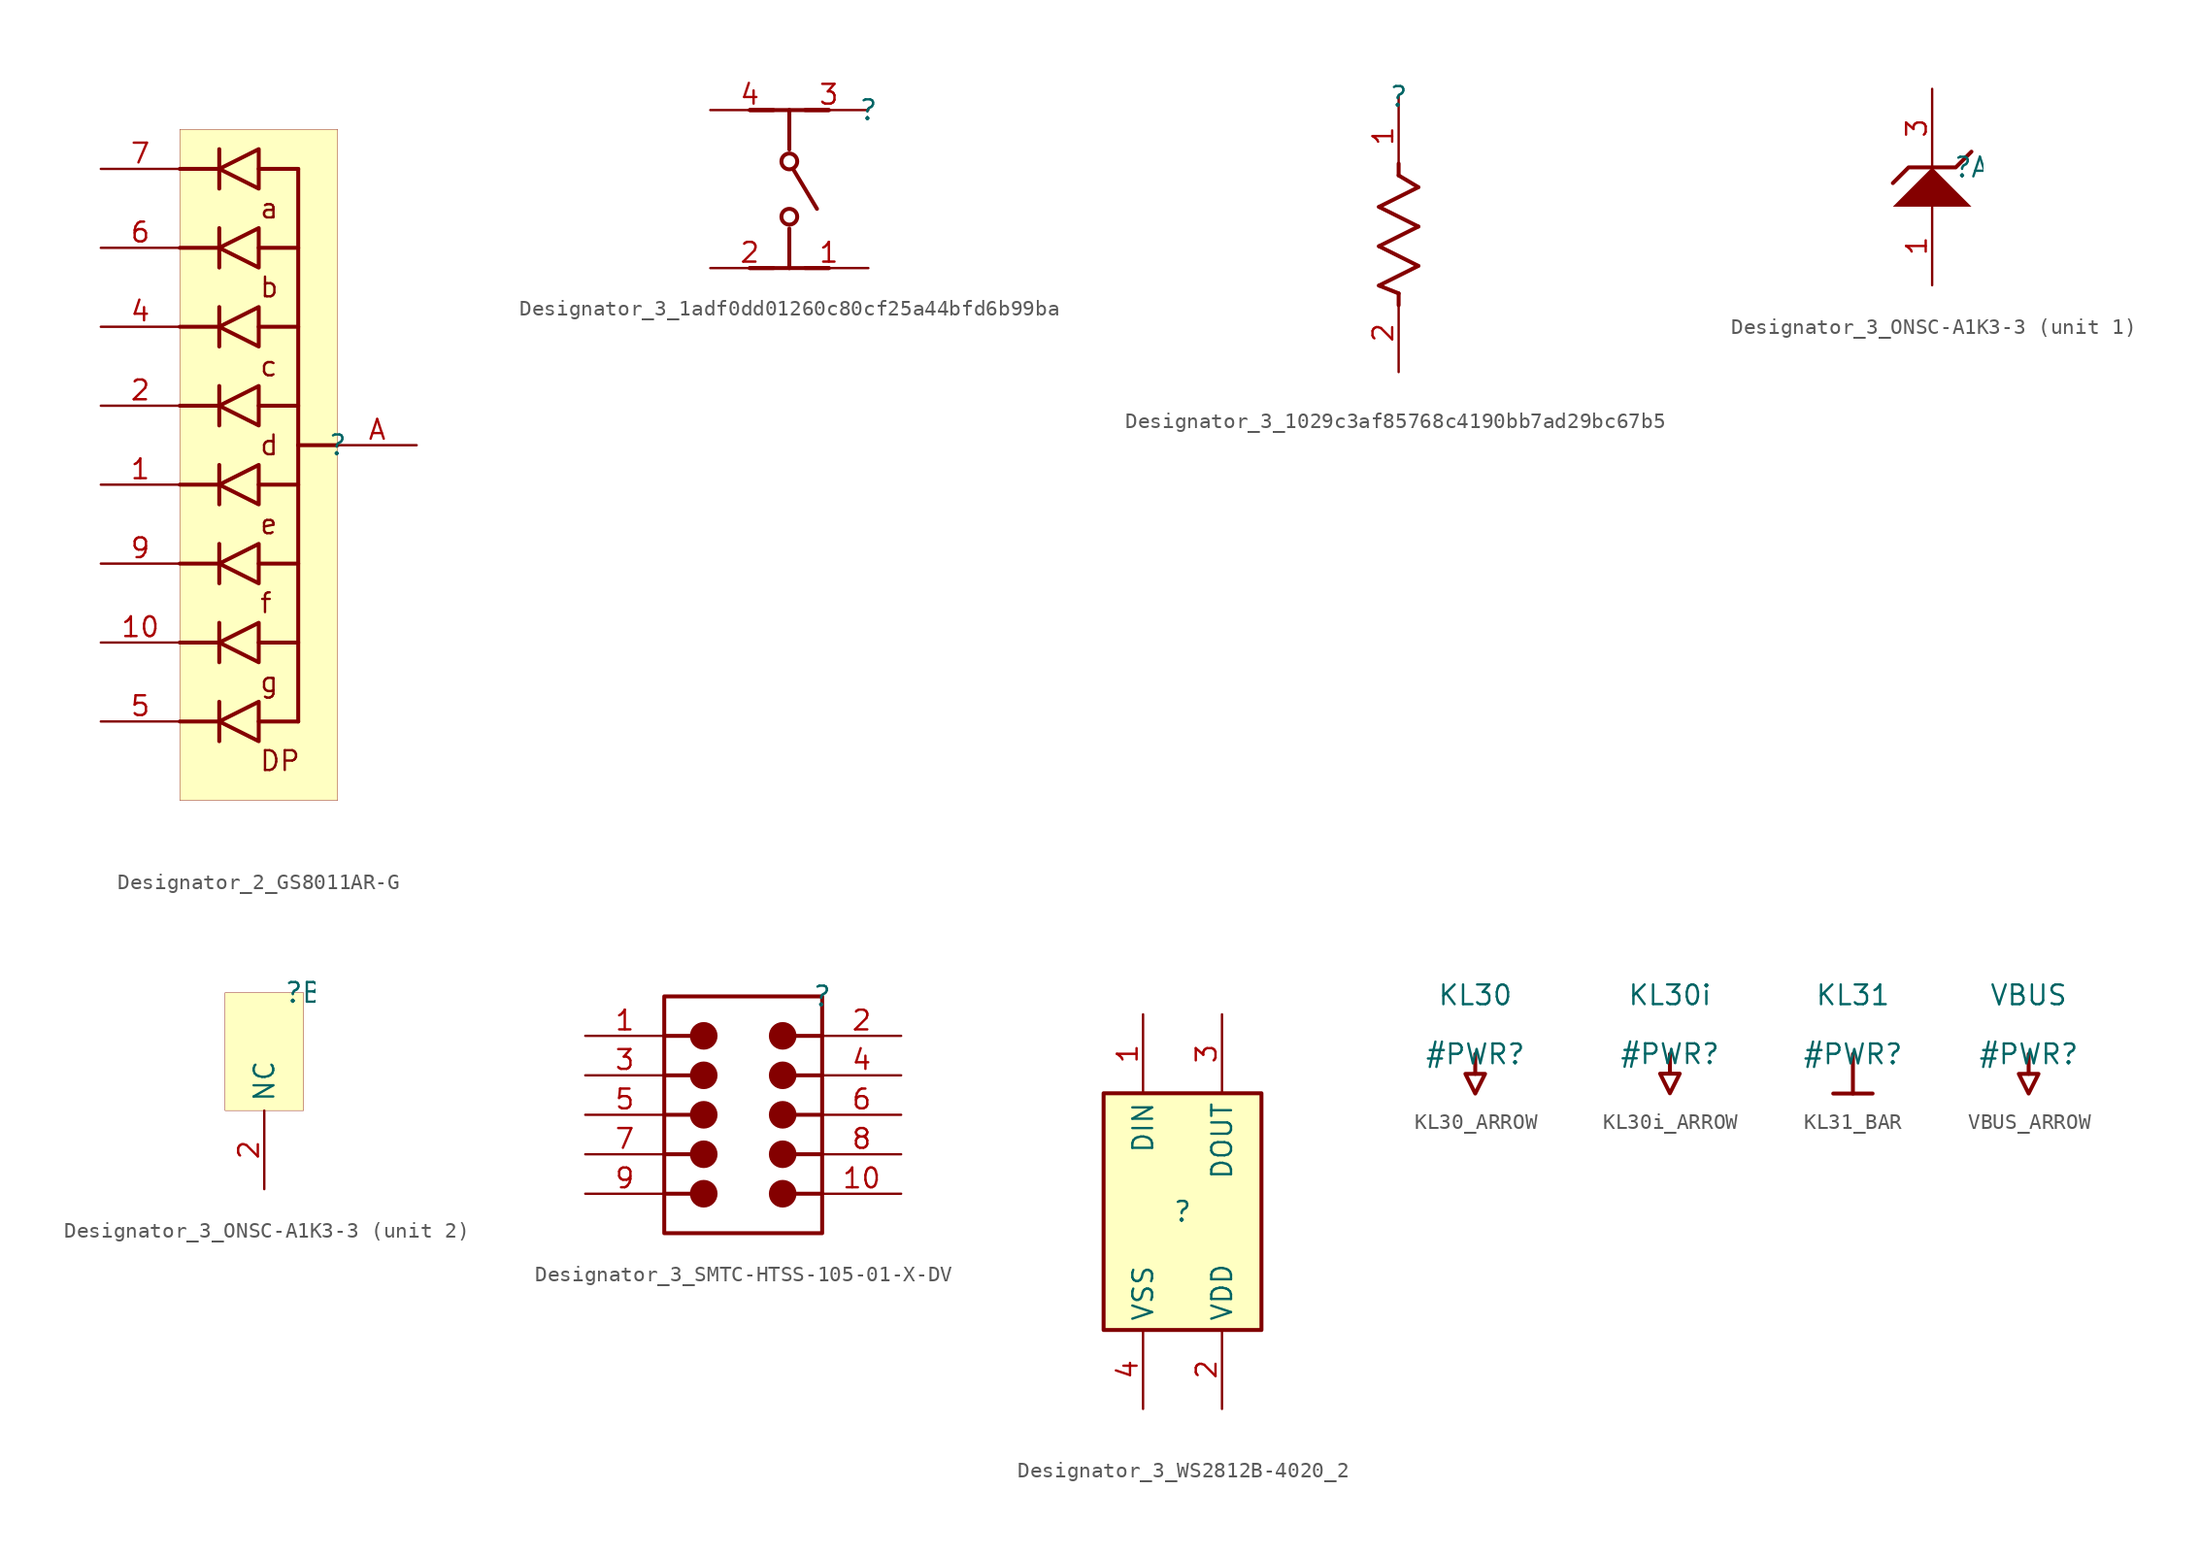
<source format=kicad_sym>
(kicad_symbol_lib
  (version 20231120)
  (generator "kicad_symbol_editor")
  (generator_version "8.0")
  (symbol "Designator_2_GS8011AR-G"
    (property "Reference" ""
      (at 0 0 0)
      (effects (font (size 1.27 1.27))))
    (property "Value" ""
      (at 0 0 0)
      (effects (font (size 1.27 1.27))))
    (symbol "Designator_2_GS8011AR-G_1_0"
      (polyline (pts (xy -7.62 -19.05) (xy -7.62 -16.51)) (stroke (width 0.254) (type solid)) (fill (type none)))
      (polyline (pts (xy -7.62 -17.78) (xy -10.16 -17.78)) (stroke (width 0.254) (type solid)) (fill (type none)))
      (polyline (pts (xy -7.62 -13.97) (xy -7.62 -11.43)) (stroke (width 0.254) (type solid)) (fill (type none)))
      (polyline (pts (xy -7.62 -12.7) (xy -10.16 -12.7)) (stroke (width 0.254) (type solid)) (fill (type none)))
      (polyline (pts (xy -7.62 -8.89) (xy -7.62 -6.35)) (stroke (width 0.254) (type solid)) (fill (type none)))
      (polyline (pts (xy -7.62 -7.62) (xy -10.16 -7.62)) (stroke (width 0.254) (type solid)) (fill (type none)))
      (polyline (pts (xy -7.62 -3.81) (xy -7.62 -1.27)) (stroke (width 0.254) (type solid)) (fill (type none)))
      (polyline (pts (xy -7.62 -2.54) (xy -10.16 -2.54)) (stroke (width 0.254) (type solid)) (fill (type none)))
      (polyline (pts (xy -7.62 1.27) (xy -7.62 3.81)) (stroke (width 0.254) (type solid)) (fill (type none)))
      (polyline (pts (xy -7.62 2.54) (xy -10.16 2.54)) (stroke (width 0.254) (type solid)) (fill (type none)))
      (polyline (pts (xy -7.62 6.35) (xy -7.62 8.89)) (stroke (width 0.254) (type solid)) (fill (type none)))
      (polyline (pts (xy -7.62 7.62) (xy -10.16 7.62)) (stroke (width 0.254) (type solid)) (fill (type none)))
      (polyline (pts (xy -7.62 11.43) (xy -7.62 13.97)) (stroke (width 0.254) (type solid)) (fill (type none)))
      (polyline (pts (xy -7.62 12.7) (xy -10.16 12.7)) (stroke (width 0.254) (type solid)) (fill (type none)))
      (polyline (pts (xy -7.62 16.51) (xy -7.62 19.05)) (stroke (width 0.254) (type solid)) (fill (type none)))
      (polyline (pts (xy -7.62 17.78) (xy -10.16 17.78)) (stroke (width 0.254) (type solid)) (fill (type none)))
      (polyline (pts (xy -2.54 -17.78) (xy -5.08 -17.78)) (stroke (width 0.254) (type solid)) (fill (type none)))
      (polyline (pts (xy -2.54 -17.78) (xy -2.54 0)) (stroke (width 0.254) (type solid)) (fill (type none)))
      (polyline (pts (xy -2.54 -12.7) (xy -5.08 -12.7)) (stroke (width 0.254) (type solid)) (fill (type none)))
      (polyline (pts (xy -2.54 -7.62) (xy -5.08 -7.62)) (stroke (width 0.254) (type solid)) (fill (type none)))
      (polyline (pts (xy -2.54 -2.54) (xy -5.08 -2.54)) (stroke (width 0.254) (type solid)) (fill (type none)))
      (polyline (pts (xy -2.54 0) (xy -2.54 17.78)) (stroke (width 0.254) (type solid)) (fill (type none)))
      (polyline (pts (xy -2.54 2.54) (xy -5.08 2.54)) (stroke (width 0.254) (type solid)) (fill (type none)))
      (polyline (pts (xy -2.54 7.62) (xy -5.08 7.62)) (stroke (width 0.254) (type solid)) (fill (type none)))
      (polyline (pts (xy -2.54 12.7) (xy -5.08 12.7)) (stroke (width 0.254) (type solid)) (fill (type none)))
      (polyline (pts (xy -2.54 17.78) (xy -5.08 17.78)) (stroke (width 0.254) (type solid)) (fill (type none)))
      (polyline (pts (xy 0 0) (xy -2.54 0)) (stroke (width 0.254) (type solid)) (fill (type none)))
      (polyline (pts (xy -5.08 -19.05) (xy -5.08 -16.51) (xy -7.62 -17.78) (xy -5.08 -19.05)) (stroke (width 0.254) (type solid)) (fill (type none)))
      (polyline (pts (xy -5.08 -13.97) (xy -5.08 -11.43) (xy -7.62 -12.7) (xy -5.08 -13.97)) (stroke (width 0.254) (type solid)) (fill (type none)))
      (polyline (pts (xy -5.08 -8.89) (xy -5.08 -6.35) (xy -7.62 -7.62) (xy -5.08 -8.89)) (stroke (width 0.254) (type solid)) (fill (type none)))
      (polyline (pts (xy -5.08 -3.81) (xy -5.08 -1.27) (xy -7.62 -2.54) (xy -5.08 -3.81)) (stroke (width 0.254) (type solid)) (fill (type none)))
      (polyline (pts (xy -5.08 1.27) (xy -5.08 3.81) (xy -7.62 2.54) (xy -5.08 1.27)) (stroke (width 0.254) (type solid)) (fill (type none)))
      (polyline (pts (xy -5.08 6.35) (xy -5.08 8.89) (xy -7.62 7.62) (xy -5.08 6.35)) (stroke (width 0.254) (type solid)) (fill (type none)))
      (polyline (pts (xy -5.08 11.43) (xy -5.08 13.97) (xy -7.62 12.7) (xy -5.08 11.43)) (stroke (width 0.254) (type solid)) (fill (type none)))
      (polyline (pts (xy -5.08 16.51) (xy -5.08 19.05) (xy -7.62 17.78) (xy -5.08 16.51)) (stroke (width 0.254) (type solid)) (fill (type none)))
      (rectangle (start 0 20.32) (end -10.16 -22.86) (stroke (width 0.025) (type solid) (color 128 0 0 1)) (fill (type background)))
      (text "a" (at -5.08 15.24 0) (effects (font (size 1.27 1.27)) (justify left)))
      (text "b" (at -5.08 10.16 0) (effects (font (size 1.27 1.27)) (justify left)))
      (text "c" (at -5.08 5.08 0) (effects (font (size 1.27 1.27)) (justify left)))
      (text "d" (at -5.08 0 0) (effects (font (size 1.27 1.27)) (justify left)))
      (text "DP" (at -5.08 -20.32 0) (effects (font (size 1.27 1.27)) (justify left)))
      (text "e" (at -5.08 -5.08 0) (effects (font (size 1.27 1.27)) (justify left)))
      (text "f" (at -5.08 -10.16 0) (effects (font (size 1.27 1.27)) (justify left)))
      (text "g" (at -5.08 -15.24 0) (effects (font (size 1.27 1.27)) (justify left)))
      (pin passive line (at -15.24 -2.54 0) (length 5.08) (name "1" (effects (font (size 0 0)))) (number "1" (effects (font (size 1.27 1.27)))))
      (pin passive line (at -15.24 -12.7 0) (length 5.08) (name "10" (effects (font (size 0 0)))) (number "10" (effects (font (size 1.27 1.27)))))
      (pin passive line (at -15.24 2.54 0) (length 5.08) (name "2" (effects (font (size 0 0)))) (number "2" (effects (font (size 1.27 1.27)))))
      (pin passive line (at -15.24 7.62 0) (length 5.08) (name "4" (effects (font (size 0 0)))) (number "4" (effects (font (size 1.27 1.27)))))
      (pin passive line (at -15.24 -17.78 0) (length 5.08) (name "5" (effects (font (size 0 0)))) (number "5" (effects (font (size 1.27 1.27)))))
      (pin passive line (at -15.24 12.7 0) (length 5.08) (name "6" (effects (font (size 0 0)))) (number "6" (effects (font (size 1.27 1.27)))))
      (pin passive line (at -15.24 17.78 0) (length 5.08) (name "7" (effects (font (size 0 0)))) (number "7" (effects (font (size 1.27 1.27)))))
      (pin passive line (at -15.24 -7.62 0) (length 5.08) (name "9" (effects (font (size 0 0)))) (number "9" (effects (font (size 1.27 1.27)))))
      (pin passive line (at 5.08 0 180) (length 5.08) (name "A" (effects (font (size 0 0)))) (number "A" (effects (font (size 1.27 1.27)))))))
  (symbol "Designator_3_1adf0dd01260c80cf25a44bfd6b99ba"
    (property "Reference" ""
      (at 0 0 0)
      (effects (font (size 1.27 1.27))))
    (property "Value" ""
      (at 0 0 0)
      (effects (font (size 1.27 1.27))))
    (symbol "Designator_3_1adf0dd01260c80cf25a44bfd6b99ba_1_0"
      (circle (center -5.08 -6.858) (radius 0.508) (stroke (width 0.254) (type solid)) (fill (type none)))
      (circle (center -5.08 -3.302) (radius 0.508) (stroke (width 0.254) (type solid)) (fill (type none)))
      (polyline (pts (xy -7.62 -10.16) (xy -6.096 -10.16)) (stroke (width 0.254) (type solid)) (fill (type none)))
      (polyline (pts (xy -7.62 -10.16) (xy -5.08 -10.16)) (stroke (width 0.254) (type solid)) (fill (type none)))
      (polyline (pts (xy -7.62 0) (xy -6.096 0)) (stroke (width 0.254) (type solid)) (fill (type none)))
      (polyline (pts (xy -7.62 0) (xy -5.08 0)) (stroke (width 0.254) (type solid)) (fill (type none)))
      (polyline (pts (xy -5.08 -10.16) (xy -5.08 -7.62)) (stroke (width 0.254) (type solid)) (fill (type none)))
      (polyline (pts (xy -5.08 0) (xy -5.08 -2.54)) (stroke (width 0.254) (type solid)) (fill (type none)))
      (polyline (pts (xy -4.826 -3.81) (xy -3.302 -6.35)) (stroke (width 0.254) (type solid)) (fill (type none)))
      (polyline (pts (xy -2.54 -10.16) (xy -5.08 -10.16)) (stroke (width 0.254) (type solid)) (fill (type none)))
      (polyline (pts (xy -2.54 -10.16) (xy -4.064 -10.16)) (stroke (width 0.254) (type solid)) (fill (type none)))
      (polyline (pts (xy -2.54 0) (xy -5.08 0)) (stroke (width 0.254) (type solid)) (fill (type none)))
      (polyline (pts (xy -2.54 0) (xy -4.064 0)) (stroke (width 0.254) (type solid)) (fill (type none)))
      (pin passive line (at 0 -10.16 180) (length 5.08) (name "1" (effects (font (size 0 0)))) (number "1" (effects (font (size 1.27 1.27)))))
      (pin passive line (at -10.16 -10.16 0) (length 5.08) (name "2" (effects (font (size 0 0)))) (number "2" (effects (font (size 1.27 1.27)))))
      (pin passive line (at 0 0 180) (length 5.08) (name "3" (effects (font (size 0 0)))) (number "3" (effects (font (size 1.27 1.27)))))
      (pin passive line (at -10.16 0 0) (length 5.08) (name "4" (effects (font (size 0 0)))) (number "4" (effects (font (size 1.27 1.27)))))))
  (symbol "Designator_3_1029c3af85768c4190bb7ad29bc67b5"
    (property "Reference" ""
      (at 0 0 0)
      (effects (font (size 1.27 1.27))))
    (property "Value" ""
      (at 0 0 0)
      (effects (font (size 1.27 1.27))))
    (symbol "Designator_3_1029c3af85768c4190bb7ad29bc67b5_1_0"
      (polyline (pts (xy -1.27 -12.192) (xy 0 -12.7)) (stroke (width 0.254) (type solid)) (fill (type none)))
      (polyline (pts (xy -1.27 -9.652) (xy 1.27 -10.922)) (stroke (width 0.254) (type solid)) (fill (type none)))
      (polyline (pts (xy -1.27 -7.112) (xy 1.27 -8.382)) (stroke (width 0.254) (type solid)) (fill (type none)))
      (polyline (pts (xy 0 -12.7) (xy 0 -13.462)) (stroke (width 0.254) (type solid)) (fill (type none)))
      (polyline (pts (xy 0 -5.08) (xy 0 -4.318)) (stroke (width 0.254) (type solid)) (fill (type none)))
      (polyline (pts (xy 0 -5.08) (xy 1.27 -5.842)) (stroke (width 0.254) (type solid)) (fill (type none)))
      (polyline (pts (xy 1.27 -10.922) (xy -1.27 -12.192)) (stroke (width 0.254) (type solid)) (fill (type none)))
      (polyline (pts (xy 1.27 -8.382) (xy -1.27 -9.652)) (stroke (width 0.254) (type solid)) (fill (type none)))
      (polyline (pts (xy 1.27 -5.842) (xy -1.27 -7.112)) (stroke (width 0.254) (type solid)) (fill (type none)))
      (pin passive line (at 0 0 270) (length 5.08) (name "1" (effects (font (size 0 0)))) (number "1" (effects (font (size 1.27 1.27)))))
      (pin passive line (at 0 -17.78 90) (length 5.08) (name "2" (effects (font (size 0 0)))) (number "2" (effects (font (size 1.27 1.27)))))))
  (symbol "Designator_3_ONSC-A1K3-3"
    (property "Reference" ""
      (at 0 0 0)
      (effects (font (size 1.27 1.27))))
    (property "Value" ""
      (at 0 0 0)
      (effects (font (size 1.27 1.27))))
    (symbol "Designator_3_ONSC-A1K3-3_1_0"
      (polyline (pts (xy 0 -2.54) (xy -2.54 0) (xy -5.08 -2.54) (xy 0 -2.54)) (stroke (width -0.0001) (type solid)) (fill (type outline)))
      (polyline (pts (xy 0 1.016) (xy -1.016 0) (xy -4.064 0) (xy -5.08 -1.016)) (stroke (width 0.254) (type solid)) (fill (type none)))
      (pin passive line (at -2.54 -7.62 90) (length 5.08) (name "A" (effects (font (size 0 0)))) (number "1" (effects (font (size 1.27 1.27)))))
      (pin passive line (at -2.54 5.08 270) (length 5.08) (name "K" (effects (font (size 0 0)))) (number "3" (effects (font (size 1.27 1.27))))))
    (symbol "Designator_3_ONSC-A1K3-3_2_0"
      (rectangle (start 0 0) (end -5.08 -7.62) (stroke (width 0.025) (type solid) (color 128 0 0 1)) (fill (type background)))
      (pin passive line (at -2.54 -12.7 90) (length 5.08) (name "NC" (effects (font (size 1.27 1.27)))) (number "2" (effects (font (size 1.27 1.27)))))))
  (symbol "Designator_3_SMTC-HTSS-105-01-X-DV"
    (property "Reference" ""
      (at 0 0 0)
      (effects (font (size 1.27 1.27))))
    (property "Value" ""
      (at 0 0 0)
      (effects (font (size 1.27 1.27))))
    (symbol "Designator_3_SMTC-HTSS-105-01-X-DV_1_0"
      (circle (center -7.62 -12.7) (radius 0.762) (stroke (width 0.254) (type solid)) (fill (type outline)))
      (circle (center -7.62 -10.16) (radius 0.762) (stroke (width 0.254) (type solid)) (fill (type outline)))
      (circle (center -7.62 -7.62) (radius 0.762) (stroke (width 0.254) (type solid)) (fill (type outline)))
      (circle (center -7.62 -5.08) (radius 0.762) (stroke (width 0.254) (type solid)) (fill (type outline)))
      (circle (center -7.62 -2.54) (radius 0.762) (stroke (width 0.254) (type solid)) (fill (type outline)))
      (circle (center -2.54 -12.7) (radius 0.762) (stroke (width 0.254) (type solid)) (fill (type outline)))
      (circle (center -2.54 -10.16) (radius 0.762) (stroke (width 0.254) (type solid)) (fill (type outline)))
      (circle (center -2.54 -7.62) (radius 0.762) (stroke (width 0.254) (type solid)) (fill (type outline)))
      (circle (center -2.54 -5.08) (radius 0.762) (stroke (width 0.254) (type solid)) (fill (type outline)))
      (circle (center -2.54 -2.54) (radius 0.762) (stroke (width 0.254) (type solid)) (fill (type outline)))
      (polyline (pts (xy -10.16 -12.7) (xy -8.382 -12.7)) (stroke (width 0.254) (type solid)) (fill (type none)))
      (polyline (pts (xy -10.16 -10.16) (xy -8.382 -10.16)) (stroke (width 0.254) (type solid)) (fill (type none)))
      (polyline (pts (xy -10.16 -7.62) (xy -8.382 -7.62)) (stroke (width 0.254) (type solid)) (fill (type none)))
      (polyline (pts (xy -10.16 -5.08) (xy -8.382 -5.08)) (stroke (width 0.254) (type solid)) (fill (type none)))
      (polyline (pts (xy -10.16 -2.54) (xy -8.382 -2.54)) (stroke (width 0.254) (type solid)) (fill (type none)))
      (polyline (pts (xy 0 -12.7) (xy -1.778 -12.7)) (stroke (width 0.254) (type solid)) (fill (type none)))
      (polyline (pts (xy 0 -10.16) (xy -1.778 -10.16)) (stroke (width 0.254) (type solid)) (fill (type none)))
      (polyline (pts (xy 0 -7.62) (xy -1.778 -7.62)) (stroke (width 0.254) (type solid)) (fill (type none)))
      (polyline (pts (xy 0 -5.08) (xy -1.778 -5.08)) (stroke (width 0.254) (type solid)) (fill (type none)))
      (polyline (pts (xy 0 -2.54) (xy -1.778 -2.54)) (stroke (width 0.254) (type solid)) (fill (type none)))
      (polyline (pts (xy -10.16 0) (xy 0 0) (xy 0 -15.24) (xy -10.16 -15.24) (xy -10.16 0)) (stroke (width 0.254) (type solid)) (fill (type none)))
      (pin passive line (at -15.24 -2.54 0) (length 5.08) (name "1" (effects (font (size 0 0)))) (number "1" (effects (font (size 1.27 1.27)))))
      (pin passive line (at 5.08 -12.7 180) (length 5.08) (name "10" (effects (font (size 0 0)))) (number "10" (effects (font (size 1.27 1.27)))))
      (pin passive line (at 5.08 -2.54 180) (length 5.08) (name "2" (effects (font (size 0 0)))) (number "2" (effects (font (size 1.27 1.27)))))
      (pin passive line (at -15.24 -5.08 0) (length 5.08) (name "3" (effects (font (size 0 0)))) (number "3" (effects (font (size 1.27 1.27)))))
      (pin passive line (at 5.08 -5.08 180) (length 5.08) (name "4" (effects (font (size 0 0)))) (number "4" (effects (font (size 1.27 1.27)))))
      (pin passive line (at -15.24 -7.62 0) (length 5.08) (name "5" (effects (font (size 0 0)))) (number "5" (effects (font (size 1.27 1.27)))))
      (pin passive line (at 5.08 -7.62 180) (length 5.08) (name "6" (effects (font (size 0 0)))) (number "6" (effects (font (size 1.27 1.27)))))
      (pin passive line (at -15.24 -10.16 0) (length 5.08) (name "7" (effects (font (size 0 0)))) (number "7" (effects (font (size 1.27 1.27)))))
      (pin passive line (at 5.08 -10.16 180) (length 5.08) (name "8" (effects (font (size 0 0)))) (number "8" (effects (font (size 1.27 1.27)))))
      (pin passive line (at -15.24 -12.7 0) (length 5.08) (name "9" (effects (font (size 0 0)))) (number "9" (effects (font (size 1.27 1.27)))))))
  (symbol "Designator_3_WS2812B-4020_2"
    (property "Reference" ""
      (at 0 0 0)
      (effects (font (size 1.27 1.27))))
    (property "Value" ""
      (at 0 0 0)
      (effects (font (size 1.27 1.27))))
    (symbol "Designator_3_WS2812B-4020_2_1_0"
      (rectangle (start 5.08 7.62) (end -5.08 -7.62) (stroke (width 0.254) (type solid) (color 128 0 0 1)) (fill (type background)))
      (pin input line (at -2.54 12.7 270) (length 5.08) (name "DIN" (effects (font (size 1.27 1.27)))) (number "1" (effects (font (size 1.27 1.27)))))
      (pin power_in line (at 2.54 -12.7 90) (length 5.08) (name "VDD" (effects (font (size 1.27 1.27)))) (number "2" (effects (font (size 1.27 1.27)))))
      (pin output line (at 2.54 12.7 270) (length 5.08) (name "DOUT" (effects (font (size 1.27 1.27)))) (number "3" (effects (font (size 1.27 1.27)))))
      (pin power_in line (at -2.54 -12.7 90) (length 5.08) (name "VSS" (effects (font (size 1.27 1.27)))) (number "4" (effects (font (size 1.27 1.27)))))))
  (symbol "KL30_ARROW"
    (power)
    (property "Reference" "#PWR"
      (at 0 0 0)
      (effects (font (size 1.27 1.27))))
    (property "Value" "KL30"
      (at 0 3.81 0)
      (effects (font (size 1.27 1.27))))
    (symbol "KL30_ARROW_0_0"
      (polyline (pts (xy 0 0) (xy 0 -1.27)) (stroke (width 0.254) (type solid)) (fill (type none)))
      (polyline (pts (xy -0.635 -1.27) (xy 0.635 -1.27) (xy 0 -2.54) (xy -0.635 -1.27)) (stroke (width 0.254) (type solid)) (fill (type none)))
      (pin power_in line (at 0 0 0) (length 0) hide (name "KL30" (effects (font (size 1.27 1.27)))) (number "" (effects (font (size 1.27 1.27)))))))
  (symbol "KL30i_ARROW"
    (power)
    (property "Reference" "#PWR"
      (at 0 0 0)
      (effects (font (size 1.27 1.27))))
    (property "Value" "KL30i"
      (at 0 3.81 0)
      (effects (font (size 1.27 1.27))))
    (symbol "KL30i_ARROW_0_0"
      (polyline (pts (xy 0 0) (xy 0 -1.27)) (stroke (width 0.254) (type solid)) (fill (type none)))
      (polyline (pts (xy -0.635 -1.27) (xy 0.635 -1.27) (xy 0 -2.54) (xy -0.635 -1.27)) (stroke (width 0.254) (type solid)) (fill (type none)))
      (pin power_in line (at 0 0 0) (length 0) hide (name "KL30i" (effects (font (size 1.27 1.27)))) (number "" (effects (font (size 1.27 1.27)))))))
  (symbol "KL31_BAR"
    (power)
    (property "Reference" "#PWR"
      (at 0 0 0)
      (effects (font (size 1.27 1.27))))
    (property "Value" "KL31"
      (at 0 3.81 0)
      (effects (font (size 1.27 1.27))))
    (symbol "KL31_BAR_0_0"
      (polyline (pts (xy -1.27 -2.54) (xy 1.27 -2.54)) (stroke (width 0.254) (type solid)) (fill (type none)))
      (polyline (pts (xy 0 0) (xy 0 -2.54)) (stroke (width 0.254) (type solid)) (fill (type none)))
      (pin power_in line (at 0 0 0) (length 0) hide (name "KL31" (effects (font (size 1.27 1.27)))) (number "" (effects (font (size 1.27 1.27)))))))
  (symbol "VBUS_ARROW"
    (power)
    (property "Reference" "#PWR"
      (at 0 0 0)
      (effects (font (size 1.27 1.27))))
    (property "Value" "VBUS"
      (at 0 3.81 0)
      (effects (font (size 1.27 1.27))))
    (symbol "VBUS_ARROW_0_0"
      (polyline (pts (xy 0 0) (xy 0 -1.27)) (stroke (width 0.254) (type solid)) (fill (type none)))
      (polyline (pts (xy -0.635 -1.27) (xy 0.635 -1.27) (xy 0 -2.54) (xy -0.635 -1.27)) (stroke (width 0.254) (type solid)) (fill (type none)))
      (pin power_in line (at 0 0 0) (length 0) hide (name "VBUS" (effects (font (size 1.27 1.27)))) (number "" (effects (font (size 1.27 1.27))))))))
</source>
